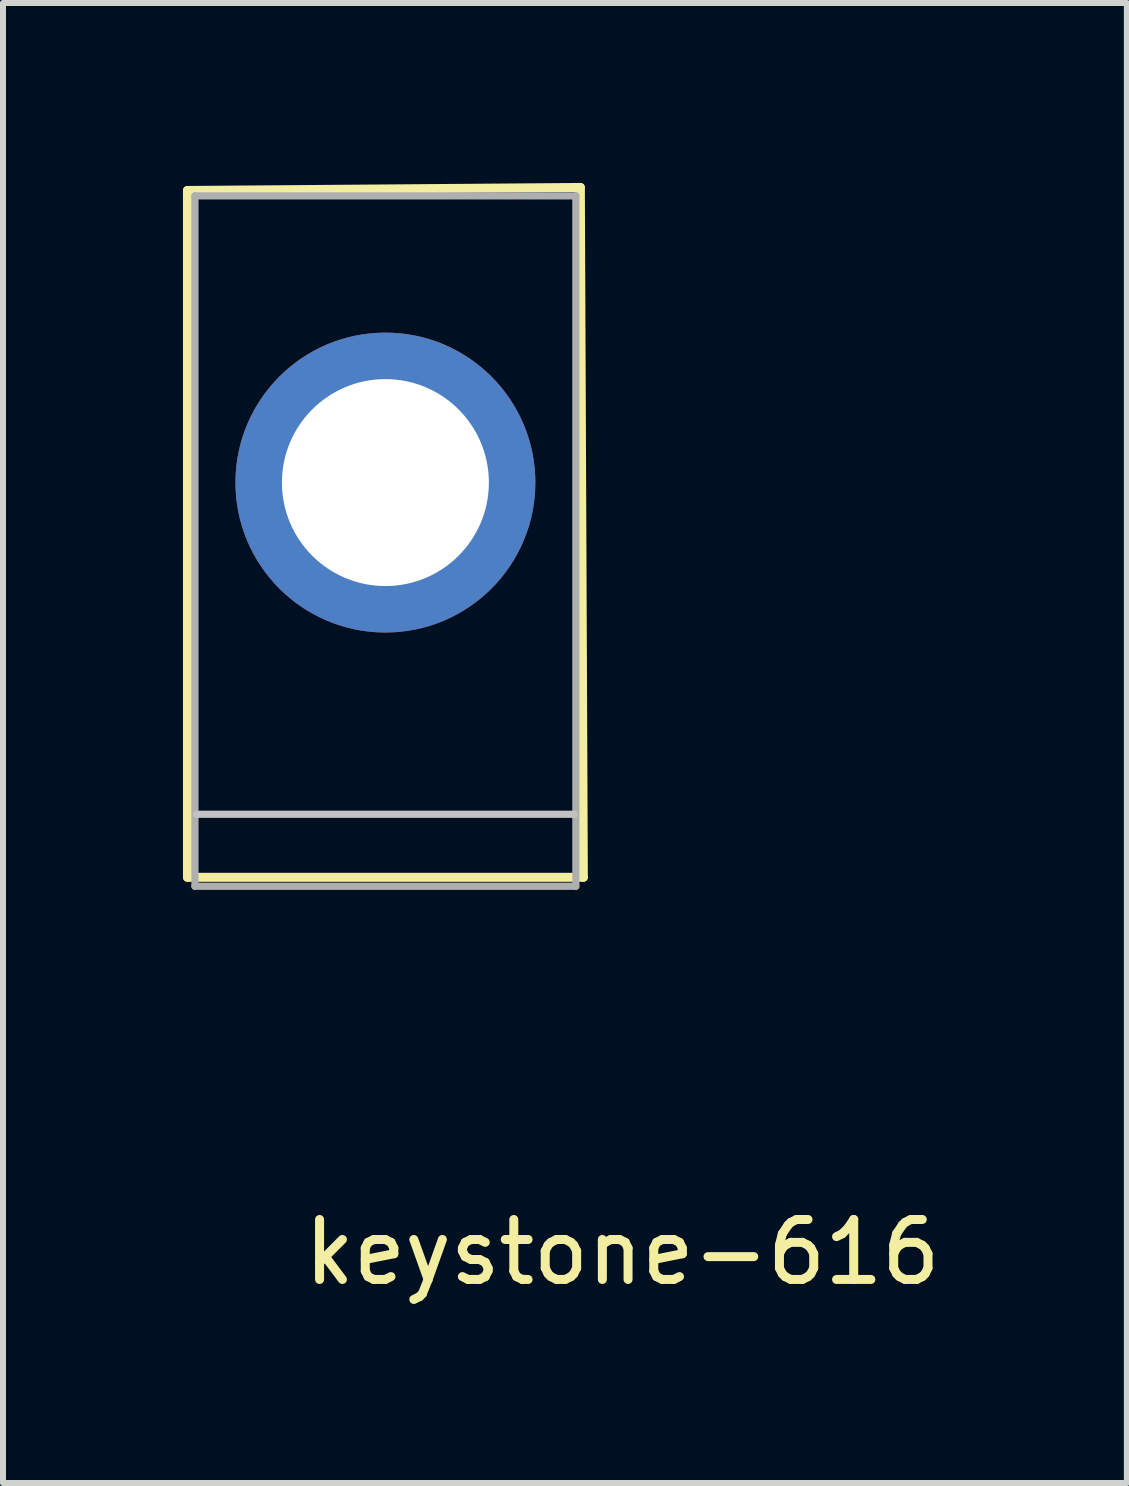
<source format=kicad_pcb>
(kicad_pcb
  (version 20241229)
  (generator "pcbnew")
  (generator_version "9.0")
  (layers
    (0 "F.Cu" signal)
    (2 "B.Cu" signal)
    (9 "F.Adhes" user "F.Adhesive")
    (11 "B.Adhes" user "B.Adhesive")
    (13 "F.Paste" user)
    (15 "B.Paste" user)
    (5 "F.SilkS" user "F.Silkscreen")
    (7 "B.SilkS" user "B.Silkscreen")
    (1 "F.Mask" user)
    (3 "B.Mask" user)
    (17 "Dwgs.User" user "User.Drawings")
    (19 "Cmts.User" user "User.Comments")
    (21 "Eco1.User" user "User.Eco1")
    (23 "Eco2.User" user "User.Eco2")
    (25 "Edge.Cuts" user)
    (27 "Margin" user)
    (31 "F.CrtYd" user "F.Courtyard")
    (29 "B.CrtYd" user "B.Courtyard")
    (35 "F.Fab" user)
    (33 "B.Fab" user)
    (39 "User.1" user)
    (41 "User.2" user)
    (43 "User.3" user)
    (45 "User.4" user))
  (footprint "keystone-616"
    (layer "F.Cu")
    (at 3.375 11.725)
    (property "Reference" "keystone-616" (at 3.95 6.1 0) (layer "F.SilkS") (effects (font (size 1 1) (thickness 0.15))))
    (attr through_hole)
    (fp_line (start -3.3 -11.6) (end -3.3 -0.15) (stroke (width 0.15) (type solid)) (layer "F.SilkS"))
    (fp_line (start -3.3 -0.15) (end 3.3 -0.15) (stroke (width 0.15) (type solid)) (layer "F.SilkS"))
    (fp_line (start 3.25 -11.65) (end -3.3 -11.6) (stroke (width 0.15) (type solid)) (layer "F.SilkS"))
    (fp_line (start 3.3 -0.15) (end 3.25 -11.65) (stroke (width 0.15) (type solid)) (layer "F.SilkS"))
    (fp_line (start -3.15 -1.2) (end 3.15 -1.2) (stroke (width 0.12) (type solid)) (layer "Dwgs.User"))
    (fp_line (start -3.175 -11.51) (end -3.175 0) (stroke (width 0.12) (type solid)) (layer "F.Fab"))
    (fp_line (start -3.175 -11.51) (end 3.175 -11.51) (stroke (width 0.12) (type solid)) (layer "F.Fab"))
    (fp_line (start -3.175 0) (end 3.175 0) (stroke (width 0.12) (type solid)) (layer "F.Fab"))
    (fp_line (start 3.175 -11.51) (end 3.175 0) (stroke (width 0.12) (type solid)) (layer "F.Fab"))
    (pad "1" thru_hole circle (at 0 -6.73) (size 5 5) (drill 3.45) (layers "*.Cu" "*.Mask")))
  (gr_rect
    (start -3 -3)
    (end 15.736 21.673)
    (stroke (width 0.1) (type default))
    (fill no)
    (layer "Edge.Cuts")))
</source>
